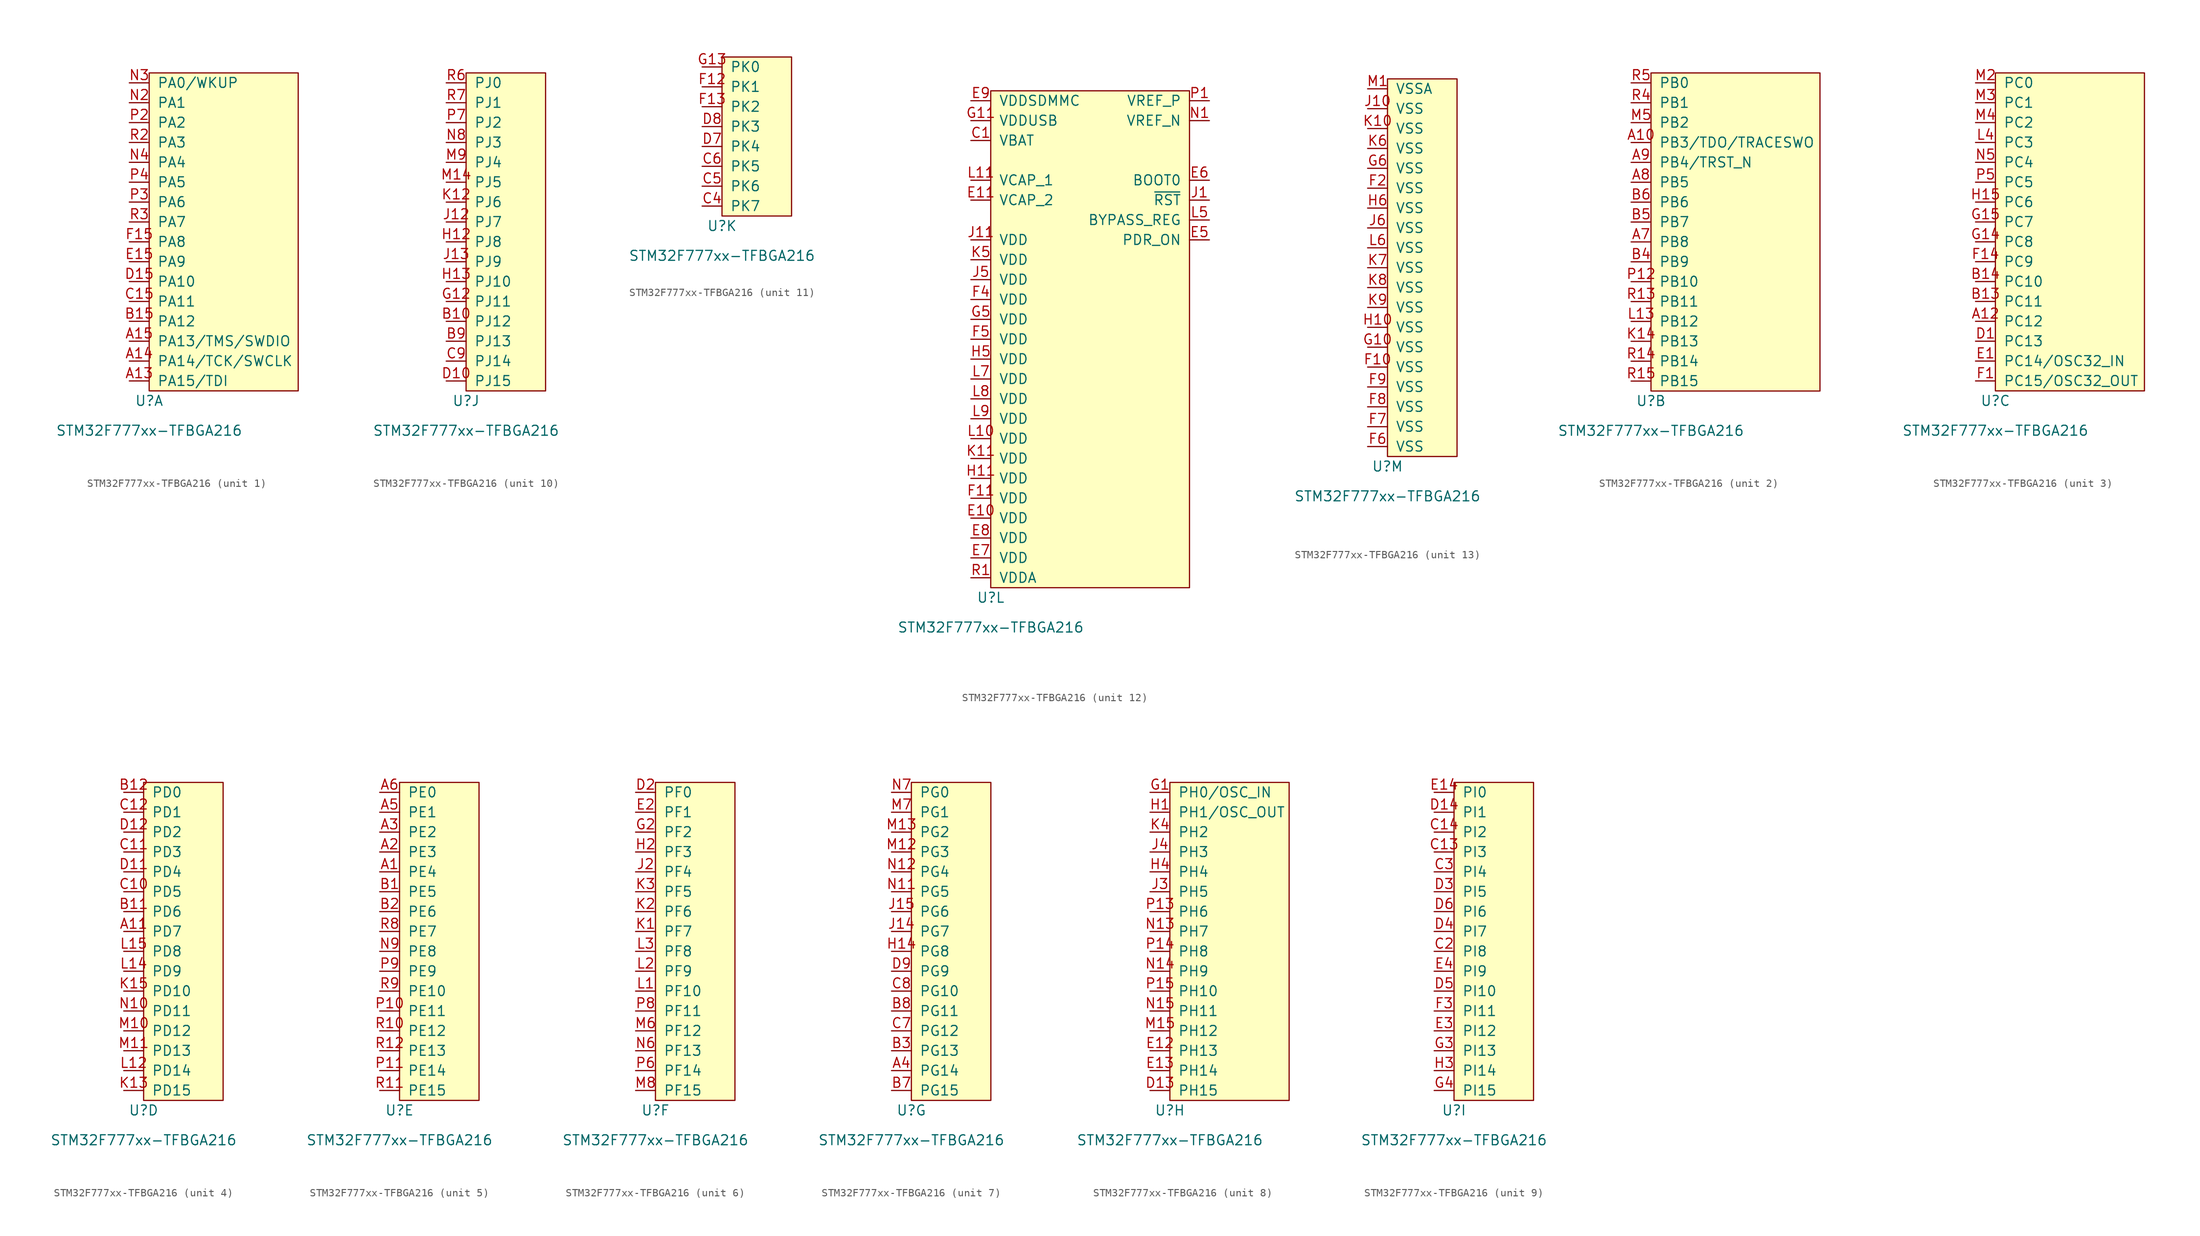
<source format=kicad_sym>
(kicad_symbol_lib
  (version 20211014)
  (generator kicad_symbol_editor)
  (symbol "STM32F777xx-TFBGA216"
    (pin_names
      (offset 1.016))
    (property "Reference" "U"
      (at 0 -1.27 0)
      (effects (font (size 1.27 1.27))))
    (property "Value" "STM32F777xx-TFBGA216"
      (at 0 -5.08 0)
      (effects (font (size 1.27 1.27))))
    (property "ki_locked" ""
      (at 0 0 0)
      (effects (font (size 1.27 1.27))))
    (symbol "STM32F777xx-TFBGA216_1_1"
      (rectangle (start 0 40.64) (end 19.05 0) (stroke (width 0) (type default) (color 0 0 0 0)) (fill (type background)))
      (pin bidirectional line (at -2.54 1.27 0) (length 2.54) (name "PA15/TDI" (effects (font (size 1.27 1.27)))) (number "A13" (effects (font (size 1.27 1.27)))))
      (pin bidirectional line (at -2.54 3.81 0) (length 2.54) (name "PA14/TCK/SWCLK" (effects (font (size 1.27 1.27)))) (number "A14" (effects (font (size 1.27 1.27)))))
      (pin bidirectional line (at -2.54 6.35 0) (length 2.54) (name "PA13/TMS/SWDIO" (effects (font (size 1.27 1.27)))) (number "A15" (effects (font (size 1.27 1.27)))))
      (pin bidirectional line (at -2.54 8.89 0) (length 2.54) (name "PA12" (effects (font (size 1.27 1.27)))) (number "B15" (effects (font (size 1.27 1.27)))))
      (pin bidirectional line (at -2.54 11.43 0) (length 2.54) (name "PA11" (effects (font (size 1.27 1.27)))) (number "C15" (effects (font (size 1.27 1.27)))))
      (pin bidirectional line (at -2.54 13.97 0) (length 2.54) (name "PA10" (effects (font (size 1.27 1.27)))) (number "D15" (effects (font (size 1.27 1.27)))))
      (pin bidirectional line (at -2.54 16.51 0) (length 2.54) (name "PA9" (effects (font (size 1.27 1.27)))) (number "E15" (effects (font (size 1.27 1.27)))))
      (pin bidirectional line (at -2.54 19.05 0) (length 2.54) (name "PA8" (effects (font (size 1.27 1.27)))) (number "F15" (effects (font (size 1.27 1.27)))))
      (pin bidirectional line (at -2.54 36.83 0) (length 2.54) (name "PA1" (effects (font (size 1.27 1.27)))) (number "N2" (effects (font (size 1.27 1.27)))))
      (pin bidirectional line (at -2.54 39.37 0) (length 2.54) (name "PA0/WKUP" (effects (font (size 1.27 1.27)))) (number "N3" (effects (font (size 1.27 1.27)))))
      (pin bidirectional line (at -2.54 29.21 0) (length 2.54) (name "PA4" (effects (font (size 1.27 1.27)))) (number "N4" (effects (font (size 1.27 1.27)))))
      (pin bidirectional line (at -2.54 34.29 0) (length 2.54) (name "PA2" (effects (font (size 1.27 1.27)))) (number "P2" (effects (font (size 1.27 1.27)))))
      (pin bidirectional line (at -2.54 24.13 0) (length 2.54) (name "PA6" (effects (font (size 1.27 1.27)))) (number "P3" (effects (font (size 1.27 1.27)))))
      (pin bidirectional line (at -2.54 26.67 0) (length 2.54) (name "PA5" (effects (font (size 1.27 1.27)))) (number "P4" (effects (font (size 1.27 1.27)))))
      (pin bidirectional line (at -2.54 31.75 0) (length 2.54) (name "PA3" (effects (font (size 1.27 1.27)))) (number "R2" (effects (font (size 1.27 1.27)))))
      (pin bidirectional line (at -2.54 21.59 0) (length 2.54) (name "PA7" (effects (font (size 1.27 1.27)))) (number "R3" (effects (font (size 1.27 1.27))))))
    (symbol "STM32F777xx-TFBGA216_2_1"
      (rectangle (start 0 40.64) (end 21.59 0) (stroke (width 0) (type default) (color 0 0 0 0)) (fill (type background)))
      (pin bidirectional line (at -2.54 31.75 0) (length 2.54) (name "PB3/TDO/TRACESWO" (effects (font (size 1.27 1.27)))) (number "A10" (effects (font (size 1.27 1.27)))))
      (pin bidirectional line (at -2.54 19.05 0) (length 2.54) (name "PB8" (effects (font (size 1.27 1.27)))) (number "A7" (effects (font (size 1.27 1.27)))))
      (pin bidirectional line (at -2.54 26.67 0) (length 2.54) (name "PB5" (effects (font (size 1.27 1.27)))) (number "A8" (effects (font (size 1.27 1.27)))))
      (pin bidirectional line (at -2.54 29.21 0) (length 2.54) (name "PB4/TRST_N" (effects (font (size 1.27 1.27)))) (number "A9" (effects (font (size 1.27 1.27)))))
      (pin bidirectional line (at -2.54 16.51 0) (length 2.54) (name "PB9" (effects (font (size 1.27 1.27)))) (number "B4" (effects (font (size 1.27 1.27)))))
      (pin bidirectional line (at -2.54 21.59 0) (length 2.54) (name "PB7" (effects (font (size 1.27 1.27)))) (number "B5" (effects (font (size 1.27 1.27)))))
      (pin bidirectional line (at -2.54 24.13 0) (length 2.54) (name "PB6" (effects (font (size 1.27 1.27)))) (number "B6" (effects (font (size 1.27 1.27)))))
      (pin bidirectional line (at -2.54 6.35 0) (length 2.54) (name "PB13" (effects (font (size 1.27 1.27)))) (number "K14" (effects (font (size 1.27 1.27)))))
      (pin bidirectional line (at -2.54 8.89 0) (length 2.54) (name "PB12" (effects (font (size 1.27 1.27)))) (number "L13" (effects (font (size 1.27 1.27)))))
      (pin bidirectional line (at -2.54 34.29 0) (length 2.54) (name "PB2" (effects (font (size 1.27 1.27)))) (number "M5" (effects (font (size 1.27 1.27)))))
      (pin bidirectional line (at -2.54 13.97 0) (length 2.54) (name "PB10" (effects (font (size 1.27 1.27)))) (number "P12" (effects (font (size 1.27 1.27)))))
      (pin bidirectional line (at -2.54 11.43 0) (length 2.54) (name "PB11" (effects (font (size 1.27 1.27)))) (number "R13" (effects (font (size 1.27 1.27)))))
      (pin bidirectional line (at -2.54 3.81 0) (length 2.54) (name "PB14" (effects (font (size 1.27 1.27)))) (number "R14" (effects (font (size 1.27 1.27)))))
      (pin bidirectional line (at -2.54 1.27 0) (length 2.54) (name "PB15" (effects (font (size 1.27 1.27)))) (number "R15" (effects (font (size 1.27 1.27)))))
      (pin bidirectional line (at -2.54 36.83 0) (length 2.54) (name "PB1" (effects (font (size 1.27 1.27)))) (number "R4" (effects (font (size 1.27 1.27)))))
      (pin bidirectional line (at -2.54 39.37 0) (length 2.54) (name "PB0" (effects (font (size 1.27 1.27)))) (number "R5" (effects (font (size 1.27 1.27))))))
    (symbol "STM32F777xx-TFBGA216_3_1"
      (rectangle (start 0 40.64) (end 19.05 0) (stroke (width 0) (type default) (color 0 0 0 0)) (fill (type background)))
      (pin bidirectional line (at -2.54 8.89 0) (length 2.54) (name "PC12" (effects (font (size 1.27 1.27)))) (number "A12" (effects (font (size 1.27 1.27)))))
      (pin bidirectional line (at -2.54 11.43 0) (length 2.54) (name "PC11" (effects (font (size 1.27 1.27)))) (number "B13" (effects (font (size 1.27 1.27)))))
      (pin bidirectional line (at -2.54 13.97 0) (length 2.54) (name "PC10" (effects (font (size 1.27 1.27)))) (number "B14" (effects (font (size 1.27 1.27)))))
      (pin bidirectional line (at -2.54 6.35 0) (length 2.54) (name "PC13" (effects (font (size 1.27 1.27)))) (number "D1" (effects (font (size 1.27 1.27)))))
      (pin bidirectional line (at -2.54 3.81 0) (length 2.54) (name "PC14/OSC32_IN" (effects (font (size 1.27 1.27)))) (number "E1" (effects (font (size 1.27 1.27)))))
      (pin bidirectional line (at -2.54 1.27 0) (length 2.54) (name "PC15/OSC32_OUT" (effects (font (size 1.27 1.27)))) (number "F1" (effects (font (size 1.27 1.27)))))
      (pin bidirectional line (at -2.54 16.51 0) (length 2.54) (name "PC9" (effects (font (size 1.27 1.27)))) (number "F14" (effects (font (size 1.27 1.27)))))
      (pin bidirectional line (at -2.54 19.05 0) (length 2.54) (name "PC8" (effects (font (size 1.27 1.27)))) (number "G14" (effects (font (size 1.27 1.27)))))
      (pin bidirectional line (at -2.54 21.59 0) (length 2.54) (name "PC7" (effects (font (size 1.27 1.27)))) (number "G15" (effects (font (size 1.27 1.27)))))
      (pin bidirectional line (at -2.54 24.13 0) (length 2.54) (name "PC6" (effects (font (size 1.27 1.27)))) (number "H15" (effects (font (size 1.27 1.27)))))
      (pin bidirectional line (at -2.54 31.75 0) (length 2.54) (name "PC3" (effects (font (size 1.27 1.27)))) (number "L4" (effects (font (size 1.27 1.27)))))
      (pin bidirectional line (at -2.54 39.37 0) (length 2.54) (name "PC0" (effects (font (size 1.27 1.27)))) (number "M2" (effects (font (size 1.27 1.27)))))
      (pin bidirectional line (at -2.54 36.83 0) (length 2.54) (name "PC1" (effects (font (size 1.27 1.27)))) (number "M3" (effects (font (size 1.27 1.27)))))
      (pin bidirectional line (at -2.54 34.29 0) (length 2.54) (name "PC2" (effects (font (size 1.27 1.27)))) (number "M4" (effects (font (size 1.27 1.27)))))
      (pin bidirectional line (at -2.54 29.21 0) (length 2.54) (name "PC4" (effects (font (size 1.27 1.27)))) (number "N5" (effects (font (size 1.27 1.27)))))
      (pin bidirectional line (at -2.54 26.67 0) (length 2.54) (name "PC5" (effects (font (size 1.27 1.27)))) (number "P5" (effects (font (size 1.27 1.27))))))
    (symbol "STM32F777xx-TFBGA216_4_1"
      (rectangle (start 0 40.64) (end 10.16 0) (stroke (width 0) (type default) (color 0 0 0 0)) (fill (type background)))
      (pin bidirectional line (at -2.54 21.59 0) (length 2.54) (name "PD7" (effects (font (size 1.27 1.27)))) (number "A11" (effects (font (size 1.27 1.27)))))
      (pin bidirectional line (at -2.54 24.13 0) (length 2.54) (name "PD6" (effects (font (size 1.27 1.27)))) (number "B11" (effects (font (size 1.27 1.27)))))
      (pin bidirectional line (at -2.54 39.37 0) (length 2.54) (name "PD0" (effects (font (size 1.27 1.27)))) (number "B12" (effects (font (size 1.27 1.27)))))
      (pin bidirectional line (at -2.54 26.67 0) (length 2.54) (name "PD5" (effects (font (size 1.27 1.27)))) (number "C10" (effects (font (size 1.27 1.27)))))
      (pin bidirectional line (at -2.54 31.75 0) (length 2.54) (name "PD3" (effects (font (size 1.27 1.27)))) (number "C11" (effects (font (size 1.27 1.27)))))
      (pin bidirectional line (at -2.54 36.83 0) (length 2.54) (name "PD1" (effects (font (size 1.27 1.27)))) (number "C12" (effects (font (size 1.27 1.27)))))
      (pin bidirectional line (at -2.54 29.21 0) (length 2.54) (name "PD4" (effects (font (size 1.27 1.27)))) (number "D11" (effects (font (size 1.27 1.27)))))
      (pin bidirectional line (at -2.54 34.29 0) (length 2.54) (name "PD2" (effects (font (size 1.27 1.27)))) (number "D12" (effects (font (size 1.27 1.27)))))
      (pin bidirectional line (at -2.54 1.27 0) (length 2.54) (name "PD15" (effects (font (size 1.27 1.27)))) (number "K13" (effects (font (size 1.27 1.27)))))
      (pin bidirectional line (at -2.54 13.97 0) (length 2.54) (name "PD10" (effects (font (size 1.27 1.27)))) (number "K15" (effects (font (size 1.27 1.27)))))
      (pin bidirectional line (at -2.54 3.81 0) (length 2.54) (name "PD14" (effects (font (size 1.27 1.27)))) (number "L12" (effects (font (size 1.27 1.27)))))
      (pin bidirectional line (at -2.54 16.51 0) (length 2.54) (name "PD9" (effects (font (size 1.27 1.27)))) (number "L14" (effects (font (size 1.27 1.27)))))
      (pin bidirectional line (at -2.54 19.05 0) (length 2.54) (name "PD8" (effects (font (size 1.27 1.27)))) (number "L15" (effects (font (size 1.27 1.27)))))
      (pin bidirectional line (at -2.54 8.89 0) (length 2.54) (name "PD12" (effects (font (size 1.27 1.27)))) (number "M10" (effects (font (size 1.27 1.27)))))
      (pin bidirectional line (at -2.54 6.35 0) (length 2.54) (name "PD13" (effects (font (size 1.27 1.27)))) (number "M11" (effects (font (size 1.27 1.27)))))
      (pin bidirectional line (at -2.54 11.43 0) (length 2.54) (name "PD11" (effects (font (size 1.27 1.27)))) (number "N10" (effects (font (size 1.27 1.27))))))
    (symbol "STM32F777xx-TFBGA216_5_1"
      (rectangle (start 0 40.64) (end 10.16 0) (stroke (width 0) (type default) (color 0 0 0 0)) (fill (type background)))
      (pin bidirectional line (at -2.54 29.21 0) (length 2.54) (name "PE4" (effects (font (size 1.27 1.27)))) (number "A1" (effects (font (size 1.27 1.27)))))
      (pin bidirectional line (at -2.54 31.75 0) (length 2.54) (name "PE3" (effects (font (size 1.27 1.27)))) (number "A2" (effects (font (size 1.27 1.27)))))
      (pin bidirectional line (at -2.54 34.29 0) (length 2.54) (name "PE2" (effects (font (size 1.27 1.27)))) (number "A3" (effects (font (size 1.27 1.27)))))
      (pin bidirectional line (at -2.54 36.83 0) (length 2.54) (name "PE1" (effects (font (size 1.27 1.27)))) (number "A5" (effects (font (size 1.27 1.27)))))
      (pin bidirectional line (at -2.54 39.37 0) (length 2.54) (name "PE0" (effects (font (size 1.27 1.27)))) (number "A6" (effects (font (size 1.27 1.27)))))
      (pin bidirectional line (at -2.54 26.67 0) (length 2.54) (name "PE5" (effects (font (size 1.27 1.27)))) (number "B1" (effects (font (size 1.27 1.27)))))
      (pin bidirectional line (at -2.54 24.13 0) (length 2.54) (name "PE6" (effects (font (size 1.27 1.27)))) (number "B2" (effects (font (size 1.27 1.27)))))
      (pin bidirectional line (at -2.54 19.05 0) (length 2.54) (name "PE8" (effects (font (size 1.27 1.27)))) (number "N9" (effects (font (size 1.27 1.27)))))
      (pin bidirectional line (at -2.54 11.43 0) (length 2.54) (name "PE11" (effects (font (size 1.27 1.27)))) (number "P10" (effects (font (size 1.27 1.27)))))
      (pin bidirectional line (at -2.54 3.81 0) (length 2.54) (name "PE14" (effects (font (size 1.27 1.27)))) (number "P11" (effects (font (size 1.27 1.27)))))
      (pin bidirectional line (at -2.54 16.51 0) (length 2.54) (name "PE9" (effects (font (size 1.27 1.27)))) (number "P9" (effects (font (size 1.27 1.27)))))
      (pin bidirectional line (at -2.54 8.89 0) (length 2.54) (name "PE12" (effects (font (size 1.27 1.27)))) (number "R10" (effects (font (size 1.27 1.27)))))
      (pin bidirectional line (at -2.54 1.27 0) (length 2.54) (name "PE15" (effects (font (size 1.27 1.27)))) (number "R11" (effects (font (size 1.27 1.27)))))
      (pin bidirectional line (at -2.54 6.35 0) (length 2.54) (name "PE13" (effects (font (size 1.27 1.27)))) (number "R12" (effects (font (size 1.27 1.27)))))
      (pin bidirectional line (at -2.54 21.59 0) (length 2.54) (name "PE7" (effects (font (size 1.27 1.27)))) (number "R8" (effects (font (size 1.27 1.27)))))
      (pin bidirectional line (at -2.54 13.97 0) (length 2.54) (name "PE10" (effects (font (size 1.27 1.27)))) (number "R9" (effects (font (size 1.27 1.27))))))
    (symbol "STM32F777xx-TFBGA216_6_1"
      (rectangle (start 0 40.64) (end 10.16 0) (stroke (width 0) (type default) (color 0 0 0 0)) (fill (type background)))
      (pin bidirectional line (at -2.54 39.37 0) (length 2.54) (name "PF0" (effects (font (size 1.27 1.27)))) (number "D2" (effects (font (size 1.27 1.27)))))
      (pin bidirectional line (at -2.54 36.83 0) (length 2.54) (name "PF1" (effects (font (size 1.27 1.27)))) (number "E2" (effects (font (size 1.27 1.27)))))
      (pin bidirectional line (at -2.54 34.29 0) (length 2.54) (name "PF2" (effects (font (size 1.27 1.27)))) (number "G2" (effects (font (size 1.27 1.27)))))
      (pin bidirectional line (at -2.54 31.75 0) (length 2.54) (name "PF3" (effects (font (size 1.27 1.27)))) (number "H2" (effects (font (size 1.27 1.27)))))
      (pin bidirectional line (at -2.54 29.21 0) (length 2.54) (name "PF4" (effects (font (size 1.27 1.27)))) (number "J2" (effects (font (size 1.27 1.27)))))
      (pin bidirectional line (at -2.54 21.59 0) (length 2.54) (name "PF7" (effects (font (size 1.27 1.27)))) (number "K1" (effects (font (size 1.27 1.27)))))
      (pin bidirectional line (at -2.54 24.13 0) (length 2.54) (name "PF6" (effects (font (size 1.27 1.27)))) (number "K2" (effects (font (size 1.27 1.27)))))
      (pin bidirectional line (at -2.54 26.67 0) (length 2.54) (name "PF5" (effects (font (size 1.27 1.27)))) (number "K3" (effects (font (size 1.27 1.27)))))
      (pin bidirectional line (at -2.54 13.97 0) (length 2.54) (name "PF10" (effects (font (size 1.27 1.27)))) (number "L1" (effects (font (size 1.27 1.27)))))
      (pin bidirectional line (at -2.54 16.51 0) (length 2.54) (name "PF9" (effects (font (size 1.27 1.27)))) (number "L2" (effects (font (size 1.27 1.27)))))
      (pin bidirectional line (at -2.54 19.05 0) (length 2.54) (name "PF8" (effects (font (size 1.27 1.27)))) (number "L3" (effects (font (size 1.27 1.27)))))
      (pin bidirectional line (at -2.54 8.89 0) (length 2.54) (name "PF12" (effects (font (size 1.27 1.27)))) (number "M6" (effects (font (size 1.27 1.27)))))
      (pin bidirectional line (at -2.54 1.27 0) (length 2.54) (name "PF15" (effects (font (size 1.27 1.27)))) (number "M8" (effects (font (size 1.27 1.27)))))
      (pin bidirectional line (at -2.54 6.35 0) (length 2.54) (name "PF13" (effects (font (size 1.27 1.27)))) (number "N6" (effects (font (size 1.27 1.27)))))
      (pin bidirectional line (at -2.54 3.81 0) (length 2.54) (name "PF14" (effects (font (size 1.27 1.27)))) (number "P6" (effects (font (size 1.27 1.27)))))
      (pin bidirectional line (at -2.54 11.43 0) (length 2.54) (name "PF11" (effects (font (size 1.27 1.27)))) (number "P8" (effects (font (size 1.27 1.27))))))
    (symbol "STM32F777xx-TFBGA216_7_1"
      (rectangle (start 0 40.64) (end 10.16 0) (stroke (width 0) (type default) (color 0 0 0 0)) (fill (type background)))
      (pin bidirectional line (at -2.54 3.81 0) (length 2.54) (name "PG14" (effects (font (size 1.27 1.27)))) (number "A4" (effects (font (size 1.27 1.27)))))
      (pin bidirectional line (at -2.54 6.35 0) (length 2.54) (name "PG13" (effects (font (size 1.27 1.27)))) (number "B3" (effects (font (size 1.27 1.27)))))
      (pin bidirectional line (at -2.54 1.27 0) (length 2.54) (name "PG15" (effects (font (size 1.27 1.27)))) (number "B7" (effects (font (size 1.27 1.27)))))
      (pin bidirectional line (at -2.54 11.43 0) (length 2.54) (name "PG11" (effects (font (size 1.27 1.27)))) (number "B8" (effects (font (size 1.27 1.27)))))
      (pin bidirectional line (at -2.54 8.89 0) (length 2.54) (name "PG12" (effects (font (size 1.27 1.27)))) (number "C7" (effects (font (size 1.27 1.27)))))
      (pin bidirectional line (at -2.54 13.97 0) (length 2.54) (name "PG10" (effects (font (size 1.27 1.27)))) (number "C8" (effects (font (size 1.27 1.27)))))
      (pin bidirectional line (at -2.54 16.51 0) (length 2.54) (name "PG9" (effects (font (size 1.27 1.27)))) (number "D9" (effects (font (size 1.27 1.27)))))
      (pin bidirectional line (at -2.54 19.05 0) (length 2.54) (name "PG8" (effects (font (size 1.27 1.27)))) (number "H14" (effects (font (size 1.27 1.27)))))
      (pin bidirectional line (at -2.54 21.59 0) (length 2.54) (name "PG7" (effects (font (size 1.27 1.27)))) (number "J14" (effects (font (size 1.27 1.27)))))
      (pin bidirectional line (at -2.54 24.13 0) (length 2.54) (name "PG6" (effects (font (size 1.27 1.27)))) (number "J15" (effects (font (size 1.27 1.27)))))
      (pin bidirectional line (at -2.54 31.75 0) (length 2.54) (name "PG3" (effects (font (size 1.27 1.27)))) (number "M12" (effects (font (size 1.27 1.27)))))
      (pin bidirectional line (at -2.54 34.29 0) (length 2.54) (name "PG2" (effects (font (size 1.27 1.27)))) (number "M13" (effects (font (size 1.27 1.27)))))
      (pin bidirectional line (at -2.54 36.83 0) (length 2.54) (name "PG1" (effects (font (size 1.27 1.27)))) (number "M7" (effects (font (size 1.27 1.27)))))
      (pin bidirectional line (at -2.54 26.67 0) (length 2.54) (name "PG5" (effects (font (size 1.27 1.27)))) (number "N11" (effects (font (size 1.27 1.27)))))
      (pin bidirectional line (at -2.54 29.21 0) (length 2.54) (name "PG4" (effects (font (size 1.27 1.27)))) (number "N12" (effects (font (size 1.27 1.27)))))
      (pin bidirectional line (at -2.54 39.37 0) (length 2.54) (name "PG0" (effects (font (size 1.27 1.27)))) (number "N7" (effects (font (size 1.27 1.27))))))
    (symbol "STM32F777xx-TFBGA216_8_1"
      (rectangle (start 0 40.64) (end 15.24 0) (stroke (width 0) (type default) (color 0 0 0 0)) (fill (type background)))
      (pin bidirectional line (at -2.54 1.27 0) (length 2.54) (name "PH15" (effects (font (size 1.27 1.27)))) (number "D13" (effects (font (size 1.27 1.27)))))
      (pin bidirectional line (at -2.54 6.35 0) (length 2.54) (name "PH13" (effects (font (size 1.27 1.27)))) (number "E12" (effects (font (size 1.27 1.27)))))
      (pin bidirectional line (at -2.54 3.81 0) (length 2.54) (name "PH14" (effects (font (size 1.27 1.27)))) (number "E13" (effects (font (size 1.27 1.27)))))
      (pin bidirectional line (at -2.54 39.37 0) (length 2.54) (name "PH0/OSC_IN" (effects (font (size 1.27 1.27)))) (number "G1" (effects (font (size 1.27 1.27)))))
      (pin bidirectional line (at -2.54 36.83 0) (length 2.54) (name "PH1/OSC_OUT" (effects (font (size 1.27 1.27)))) (number "H1" (effects (font (size 1.27 1.27)))))
      (pin bidirectional line (at -2.54 29.21 0) (length 2.54) (name "PH4" (effects (font (size 1.27 1.27)))) (number "H4" (effects (font (size 1.27 1.27)))))
      (pin bidirectional line (at -2.54 26.67 0) (length 2.54) (name "PH5" (effects (font (size 1.27 1.27)))) (number "J3" (effects (font (size 1.27 1.27)))))
      (pin bidirectional line (at -2.54 31.75 0) (length 2.54) (name "PH3" (effects (font (size 1.27 1.27)))) (number "J4" (effects (font (size 1.27 1.27)))))
      (pin bidirectional line (at -2.54 34.29 0) (length 2.54) (name "PH2" (effects (font (size 1.27 1.27)))) (number "K4" (effects (font (size 1.27 1.27)))))
      (pin bidirectional line (at -2.54 8.89 0) (length 2.54) (name "PH12" (effects (font (size 1.27 1.27)))) (number "M15" (effects (font (size 1.27 1.27)))))
      (pin bidirectional line (at -2.54 21.59 0) (length 2.54) (name "PH7" (effects (font (size 1.27 1.27)))) (number "N13" (effects (font (size 1.27 1.27)))))
      (pin bidirectional line (at -2.54 16.51 0) (length 2.54) (name "PH9" (effects (font (size 1.27 1.27)))) (number "N14" (effects (font (size 1.27 1.27)))))
      (pin bidirectional line (at -2.54 11.43 0) (length 2.54) (name "PH11" (effects (font (size 1.27 1.27)))) (number "N15" (effects (font (size 1.27 1.27)))))
      (pin bidirectional line (at -2.54 24.13 0) (length 2.54) (name "PH6" (effects (font (size 1.27 1.27)))) (number "P13" (effects (font (size 1.27 1.27)))))
      (pin bidirectional line (at -2.54 19.05 0) (length 2.54) (name "PH8" (effects (font (size 1.27 1.27)))) (number "P14" (effects (font (size 1.27 1.27)))))
      (pin bidirectional line (at -2.54 13.97 0) (length 2.54) (name "PH10" (effects (font (size 1.27 1.27)))) (number "P15" (effects (font (size 1.27 1.27))))))
    (symbol "STM32F777xx-TFBGA216_9_1"
      (rectangle (start 0 40.64) (end 10.16 0) (stroke (width 0) (type default) (color 0 0 0 0)) (fill (type background)))
      (pin bidirectional line (at -2.54 31.75 0) (length 2.54) (name "PI3" (effects (font (size 1.27 1.27)))) (number "C13" (effects (font (size 1.27 1.27)))))
      (pin bidirectional line (at -2.54 34.29 0) (length 2.54) (name "PI2" (effects (font (size 1.27 1.27)))) (number "C14" (effects (font (size 1.27 1.27)))))
      (pin bidirectional line (at -2.54 19.05 0) (length 2.54) (name "PI8" (effects (font (size 1.27 1.27)))) (number "C2" (effects (font (size 1.27 1.27)))))
      (pin bidirectional line (at -2.54 29.21 0) (length 2.54) (name "PI4" (effects (font (size 1.27 1.27)))) (number "C3" (effects (font (size 1.27 1.27)))))
      (pin bidirectional line (at -2.54 36.83 0) (length 2.54) (name "PI1" (effects (font (size 1.27 1.27)))) (number "D14" (effects (font (size 1.27 1.27)))))
      (pin bidirectional line (at -2.54 26.67 0) (length 2.54) (name "PI5" (effects (font (size 1.27 1.27)))) (number "D3" (effects (font (size 1.27 1.27)))))
      (pin bidirectional line (at -2.54 21.59 0) (length 2.54) (name "PI7" (effects (font (size 1.27 1.27)))) (number "D4" (effects (font (size 1.27 1.27)))))
      (pin bidirectional line (at -2.54 13.97 0) (length 2.54) (name "PI10" (effects (font (size 1.27 1.27)))) (number "D5" (effects (font (size 1.27 1.27)))))
      (pin bidirectional line (at -2.54 24.13 0) (length 2.54) (name "PI6" (effects (font (size 1.27 1.27)))) (number "D6" (effects (font (size 1.27 1.27)))))
      (pin bidirectional line (at -2.54 39.37 0) (length 2.54) (name "PI0" (effects (font (size 1.27 1.27)))) (number "E14" (effects (font (size 1.27 1.27)))))
      (pin bidirectional line (at -2.54 8.89 0) (length 2.54) (name "PI12" (effects (font (size 1.27 1.27)))) (number "E3" (effects (font (size 1.27 1.27)))))
      (pin bidirectional line (at -2.54 16.51 0) (length 2.54) (name "PI9" (effects (font (size 1.27 1.27)))) (number "E4" (effects (font (size 1.27 1.27)))))
      (pin bidirectional line (at -2.54 11.43 0) (length 2.54) (name "PI11" (effects (font (size 1.27 1.27)))) (number "F3" (effects (font (size 1.27 1.27)))))
      (pin bidirectional line (at -2.54 6.35 0) (length 2.54) (name "PI13" (effects (font (size 1.27 1.27)))) (number "G3" (effects (font (size 1.27 1.27)))))
      (pin bidirectional line (at -2.54 1.27 0) (length 2.54) (name "PI15" (effects (font (size 1.27 1.27)))) (number "G4" (effects (font (size 1.27 1.27)))))
      (pin bidirectional line (at -2.54 3.81 0) (length 2.54) (name "PI14" (effects (font (size 1.27 1.27)))) (number "H3" (effects (font (size 1.27 1.27))))))
    (symbol "STM32F777xx-TFBGA216_10_1"
      (rectangle (start 0 40.64) (end 10.16 0) (stroke (width 0) (type default) (color 0 0 0 0)) (fill (type background)))
      (pin bidirectional line (at -2.54 8.89 0) (length 2.54) (name "PJ12" (effects (font (size 1.27 1.27)))) (number "B10" (effects (font (size 1.27 1.27)))))
      (pin bidirectional line (at -2.54 6.35 0) (length 2.54) (name "PJ13" (effects (font (size 1.27 1.27)))) (number "B9" (effects (font (size 1.27 1.27)))))
      (pin bidirectional line (at -2.54 3.81 0) (length 2.54) (name "PJ14" (effects (font (size 1.27 1.27)))) (number "C9" (effects (font (size 1.27 1.27)))))
      (pin bidirectional line (at -2.54 1.27 0) (length 2.54) (name "PJ15" (effects (font (size 1.27 1.27)))) (number "D10" (effects (font (size 1.27 1.27)))))
      (pin bidirectional line (at -2.54 11.43 0) (length 2.54) (name "PJ11" (effects (font (size 1.27 1.27)))) (number "G12" (effects (font (size 1.27 1.27)))))
      (pin bidirectional line (at -2.54 19.05 0) (length 2.54) (name "PJ8" (effects (font (size 1.27 1.27)))) (number "H12" (effects (font (size 1.27 1.27)))))
      (pin bidirectional line (at -2.54 13.97 0) (length 2.54) (name "PJ10" (effects (font (size 1.27 1.27)))) (number "H13" (effects (font (size 1.27 1.27)))))
      (pin bidirectional line (at -2.54 21.59 0) (length 2.54) (name "PJ7" (effects (font (size 1.27 1.27)))) (number "J12" (effects (font (size 1.27 1.27)))))
      (pin bidirectional line (at -2.54 16.51 0) (length 2.54) (name "PJ9" (effects (font (size 1.27 1.27)))) (number "J13" (effects (font (size 1.27 1.27)))))
      (pin bidirectional line (at -2.54 24.13 0) (length 2.54) (name "PJ6" (effects (font (size 1.27 1.27)))) (number "K12" (effects (font (size 1.27 1.27)))))
      (pin bidirectional line (at -2.54 26.67 0) (length 2.54) (name "PJ5" (effects (font (size 1.27 1.27)))) (number "M14" (effects (font (size 1.27 1.27)))))
      (pin bidirectional line (at -2.54 29.21 0) (length 2.54) (name "PJ4" (effects (font (size 1.27 1.27)))) (number "M9" (effects (font (size 1.27 1.27)))))
      (pin bidirectional line (at -2.54 31.75 0) (length 2.54) (name "PJ3" (effects (font (size 1.27 1.27)))) (number "N8" (effects (font (size 1.27 1.27)))))
      (pin bidirectional line (at -2.54 34.29 0) (length 2.54) (name "PJ2" (effects (font (size 1.27 1.27)))) (number "P7" (effects (font (size 1.27 1.27)))))
      (pin bidirectional line (at -2.54 39.37 0) (length 2.54) (name "PJ0" (effects (font (size 1.27 1.27)))) (number "R6" (effects (font (size 1.27 1.27)))))
      (pin bidirectional line (at -2.54 36.83 0) (length 2.54) (name "PJ1" (effects (font (size 1.27 1.27)))) (number "R7" (effects (font (size 1.27 1.27))))))
    (symbol "STM32F777xx-TFBGA216_11_1"
      (rectangle (start 0 20.32) (end 8.89 0) (stroke (width 0) (type default) (color 0 0 0 0)) (fill (type background)))
      (pin bidirectional line (at -2.54 1.27 0) (length 2.54) (name "PK7" (effects (font (size 1.27 1.27)))) (number "C4" (effects (font (size 1.27 1.27)))))
      (pin bidirectional line (at -2.54 3.81 0) (length 2.54) (name "PK6" (effects (font (size 1.27 1.27)))) (number "C5" (effects (font (size 1.27 1.27)))))
      (pin bidirectional line (at -2.54 6.35 0) (length 2.54) (name "PK5" (effects (font (size 1.27 1.27)))) (number "C6" (effects (font (size 1.27 1.27)))))
      (pin bidirectional line (at -2.54 8.89 0) (length 2.54) (name "PK4" (effects (font (size 1.27 1.27)))) (number "D7" (effects (font (size 1.27 1.27)))))
      (pin bidirectional line (at -2.54 11.43 0) (length 2.54) (name "PK3" (effects (font (size 1.27 1.27)))) (number "D8" (effects (font (size 1.27 1.27)))))
      (pin bidirectional line (at -2.54 16.51 0) (length 2.54) (name "PK1" (effects (font (size 1.27 1.27)))) (number "F12" (effects (font (size 1.27 1.27)))))
      (pin bidirectional line (at -2.54 13.97 0) (length 2.54) (name "PK2" (effects (font (size 1.27 1.27)))) (number "F13" (effects (font (size 1.27 1.27)))))
      (pin bidirectional line (at -2.54 19.05 0) (length 2.54) (name "PK0" (effects (font (size 1.27 1.27)))) (number "G13" (effects (font (size 1.27 1.27))))))
    (symbol "STM32F777xx-TFBGA216_12_1"
      (rectangle (start 0 63.5) (end 25.4 0) (stroke (width 0) (type default) (color 0 0 0 0)) (fill (type background)))
      (pin power_in line (at -2.54 57.15 0) (length 2.54) (name "VBAT" (effects (font (size 1.27 1.27)))) (number "C1" (effects (font (size 1.27 1.27)))))
      (pin power_in line (at -2.54 8.89 0) (length 2.54) (name "VDD" (effects (font (size 1.27 1.27)))) (number "E10" (effects (font (size 1.27 1.27)))))
      (pin passive line (at -2.54 49.53 0) (length 2.54) (name "VCAP_2" (effects (font (size 1.27 1.27)))) (number "E11" (effects (font (size 1.27 1.27)))))
      (pin input line (at 27.94 44.45 180) (length 2.54) (name "PDR_ON" (effects (font (size 1.27 1.27)))) (number "E5" (effects (font (size 1.27 1.27)))))
      (pin input line (at 27.94 52.07 180) (length 2.54) (name "BOOT0" (effects (font (size 1.27 1.27)))) (number "E6" (effects (font (size 1.27 1.27)))))
      (pin power_in line (at -2.54 3.81 0) (length 2.54) (name "VDD" (effects (font (size 1.27 1.27)))) (number "E7" (effects (font (size 1.27 1.27)))))
      (pin power_in line (at -2.54 6.35 0) (length 2.54) (name "VDD" (effects (font (size 1.27 1.27)))) (number "E8" (effects (font (size 1.27 1.27)))))
      (pin power_in line (at -2.54 62.23 0) (length 2.54) (name "VDDSDMMC" (effects (font (size 1.27 1.27)))) (number "E9" (effects (font (size 1.27 1.27)))))
      (pin power_in line (at -2.54 11.43 0) (length 2.54) (name "VDD" (effects (font (size 1.27 1.27)))) (number "F11" (effects (font (size 1.27 1.27)))))
      (pin power_in line (at -2.54 36.83 0) (length 2.54) (name "VDD" (effects (font (size 1.27 1.27)))) (number "F4" (effects (font (size 1.27 1.27)))))
      (pin power_in line (at -2.54 31.75 0) (length 2.54) (name "VDD" (effects (font (size 1.27 1.27)))) (number "F5" (effects (font (size 1.27 1.27)))))
      (pin power_in line (at -2.54 59.69 0) (length 2.54) (name "VDDUSB" (effects (font (size 1.27 1.27)))) (number "G11" (effects (font (size 1.27 1.27)))))
      (pin power_in line (at -2.54 34.29 0) (length 2.54) (name "VDD" (effects (font (size 1.27 1.27)))) (number "G5" (effects (font (size 1.27 1.27)))))
      (pin power_in line (at -2.54 13.97 0) (length 2.54) (name "VDD" (effects (font (size 1.27 1.27)))) (number "H11" (effects (font (size 1.27 1.27)))))
      (pin power_in line (at -2.54 29.21 0) (length 2.54) (name "VDD" (effects (font (size 1.27 1.27)))) (number "H5" (effects (font (size 1.27 1.27)))))
      (pin input line (at 27.94 49.53 180) (length 2.54) (name "~{RST}" (effects (font (size 1.27 1.27)))) (number "J1" (effects (font (size 1.27 1.27)))))
      (pin power_in line (at -2.54 44.45 0) (length 2.54) (name "VDD" (effects (font (size 1.27 1.27)))) (number "J11" (effects (font (size 1.27 1.27)))))
      (pin power_in line (at -2.54 39.37 0) (length 2.54) (name "VDD" (effects (font (size 1.27 1.27)))) (number "J5" (effects (font (size 1.27 1.27)))))
      (pin power_in line (at -2.54 16.51 0) (length 2.54) (name "VDD" (effects (font (size 1.27 1.27)))) (number "K11" (effects (font (size 1.27 1.27)))))
      (pin power_in line (at -2.54 41.91 0) (length 2.54) (name "VDD" (effects (font (size 1.27 1.27)))) (number "K5" (effects (font (size 1.27 1.27)))))
      (pin power_in line (at -2.54 19.05 0) (length 2.54) (name "VDD" (effects (font (size 1.27 1.27)))) (number "L10" (effects (font (size 1.27 1.27)))))
      (pin passive line (at -2.54 52.07 0) (length 2.54) (name "VCAP_1" (effects (font (size 1.27 1.27)))) (number "L11" (effects (font (size 1.27 1.27)))))
      (pin input line (at 27.94 46.99 180) (length 2.54) (name "BYPASS_REG" (effects (font (size 1.27 1.27)))) (number "L5" (effects (font (size 1.27 1.27)))))
      (pin power_in line (at -2.54 26.67 0) (length 2.54) (name "VDD" (effects (font (size 1.27 1.27)))) (number "L7" (effects (font (size 1.27 1.27)))))
      (pin power_in line (at -2.54 24.13 0) (length 2.54) (name "VDD" (effects (font (size 1.27 1.27)))) (number "L8" (effects (font (size 1.27 1.27)))))
      (pin power_in line (at -2.54 21.59 0) (length 2.54) (name "VDD" (effects (font (size 1.27 1.27)))) (number "L9" (effects (font (size 1.27 1.27)))))
      (pin power_in line (at 27.94 59.69 180) (length 2.54) (name "VREF_N" (effects (font (size 1.27 1.27)))) (number "N1" (effects (font (size 1.27 1.27)))))
      (pin power_in line (at 27.94 62.23 180) (length 2.54) (name "VREF_P" (effects (font (size 1.27 1.27)))) (number "P1" (effects (font (size 1.27 1.27)))))
      (pin power_in line (at -2.54 1.27 0) (length 2.54) (name "VDDA" (effects (font (size 1.27 1.27)))) (number "R1" (effects (font (size 1.27 1.27))))))
    (symbol "STM32F777xx-TFBGA216_13_1"
      (rectangle (start 0 48.26) (end 8.89 0) (stroke (width 0) (type default) (color 0 0 0 0)) (fill (type background)))
      (pin power_in line (at -2.54 11.43 0) (length 2.54) (name "VSS" (effects (font (size 1.27 1.27)))) (number "F10" (effects (font (size 1.27 1.27)))))
      (pin power_in line (at -2.54 34.29 0) (length 2.54) (name "VSS" (effects (font (size 1.27 1.27)))) (number "F2" (effects (font (size 1.27 1.27)))))
      (pin power_in line (at -2.54 1.27 0) (length 2.54) (name "VSS" (effects (font (size 1.27 1.27)))) (number "F6" (effects (font (size 1.27 1.27)))))
      (pin power_in line (at -2.54 3.81 0) (length 2.54) (name "VSS" (effects (font (size 1.27 1.27)))) (number "F7" (effects (font (size 1.27 1.27)))))
      (pin power_in line (at -2.54 6.35 0) (length 2.54) (name "VSS" (effects (font (size 1.27 1.27)))) (number "F8" (effects (font (size 1.27 1.27)))))
      (pin power_in line (at -2.54 8.89 0) (length 2.54) (name "VSS" (effects (font (size 1.27 1.27)))) (number "F9" (effects (font (size 1.27 1.27)))))
      (pin power_in line (at -2.54 13.97 0) (length 2.54) (name "VSS" (effects (font (size 1.27 1.27)))) (number "G10" (effects (font (size 1.27 1.27)))))
      (pin power_in line (at -2.54 36.83 0) (length 2.54) (name "VSS" (effects (font (size 1.27 1.27)))) (number "G6" (effects (font (size 1.27 1.27)))))
      (pin power_in line (at -2.54 16.51 0) (length 2.54) (name "VSS" (effects (font (size 1.27 1.27)))) (number "H10" (effects (font (size 1.27 1.27)))))
      (pin power_in line (at -2.54 31.75 0) (length 2.54) (name "VSS" (effects (font (size 1.27 1.27)))) (number "H6" (effects (font (size 1.27 1.27)))))
      (pin power_in line (at -2.54 44.45 0) (length 2.54) (name "VSS" (effects (font (size 1.27 1.27)))) (number "J10" (effects (font (size 1.27 1.27)))))
      (pin power_in line (at -2.54 29.21 0) (length 2.54) (name "VSS" (effects (font (size 1.27 1.27)))) (number "J6" (effects (font (size 1.27 1.27)))))
      (pin power_in line (at -2.54 41.91 0) (length 2.54) (name "VSS" (effects (font (size 1.27 1.27)))) (number "K10" (effects (font (size 1.27 1.27)))))
      (pin power_in line (at -2.54 39.37 0) (length 2.54) (name "VSS" (effects (font (size 1.27 1.27)))) (number "K6" (effects (font (size 1.27 1.27)))))
      (pin power_in line (at -2.54 24.13 0) (length 2.54) (name "VSS" (effects (font (size 1.27 1.27)))) (number "K7" (effects (font (size 1.27 1.27)))))
      (pin power_in line (at -2.54 21.59 0) (length 2.54) (name "VSS" (effects (font (size 1.27 1.27)))) (number "K8" (effects (font (size 1.27 1.27)))))
      (pin power_in line (at -2.54 19.05 0) (length 2.54) (name "VSS" (effects (font (size 1.27 1.27)))) (number "K9" (effects (font (size 1.27 1.27)))))
      (pin power_in line (at -2.54 26.67 0) (length 2.54) (name "VSS" (effects (font (size 1.27 1.27)))) (number "L6" (effects (font (size 1.27 1.27)))))
      (pin power_in line (at -2.54 46.99 0) (length 2.54) (name "VSSA" (effects (font (size 1.27 1.27)))) (number "M1" (effects (font (size 1.27 1.27))))))))
</source>
